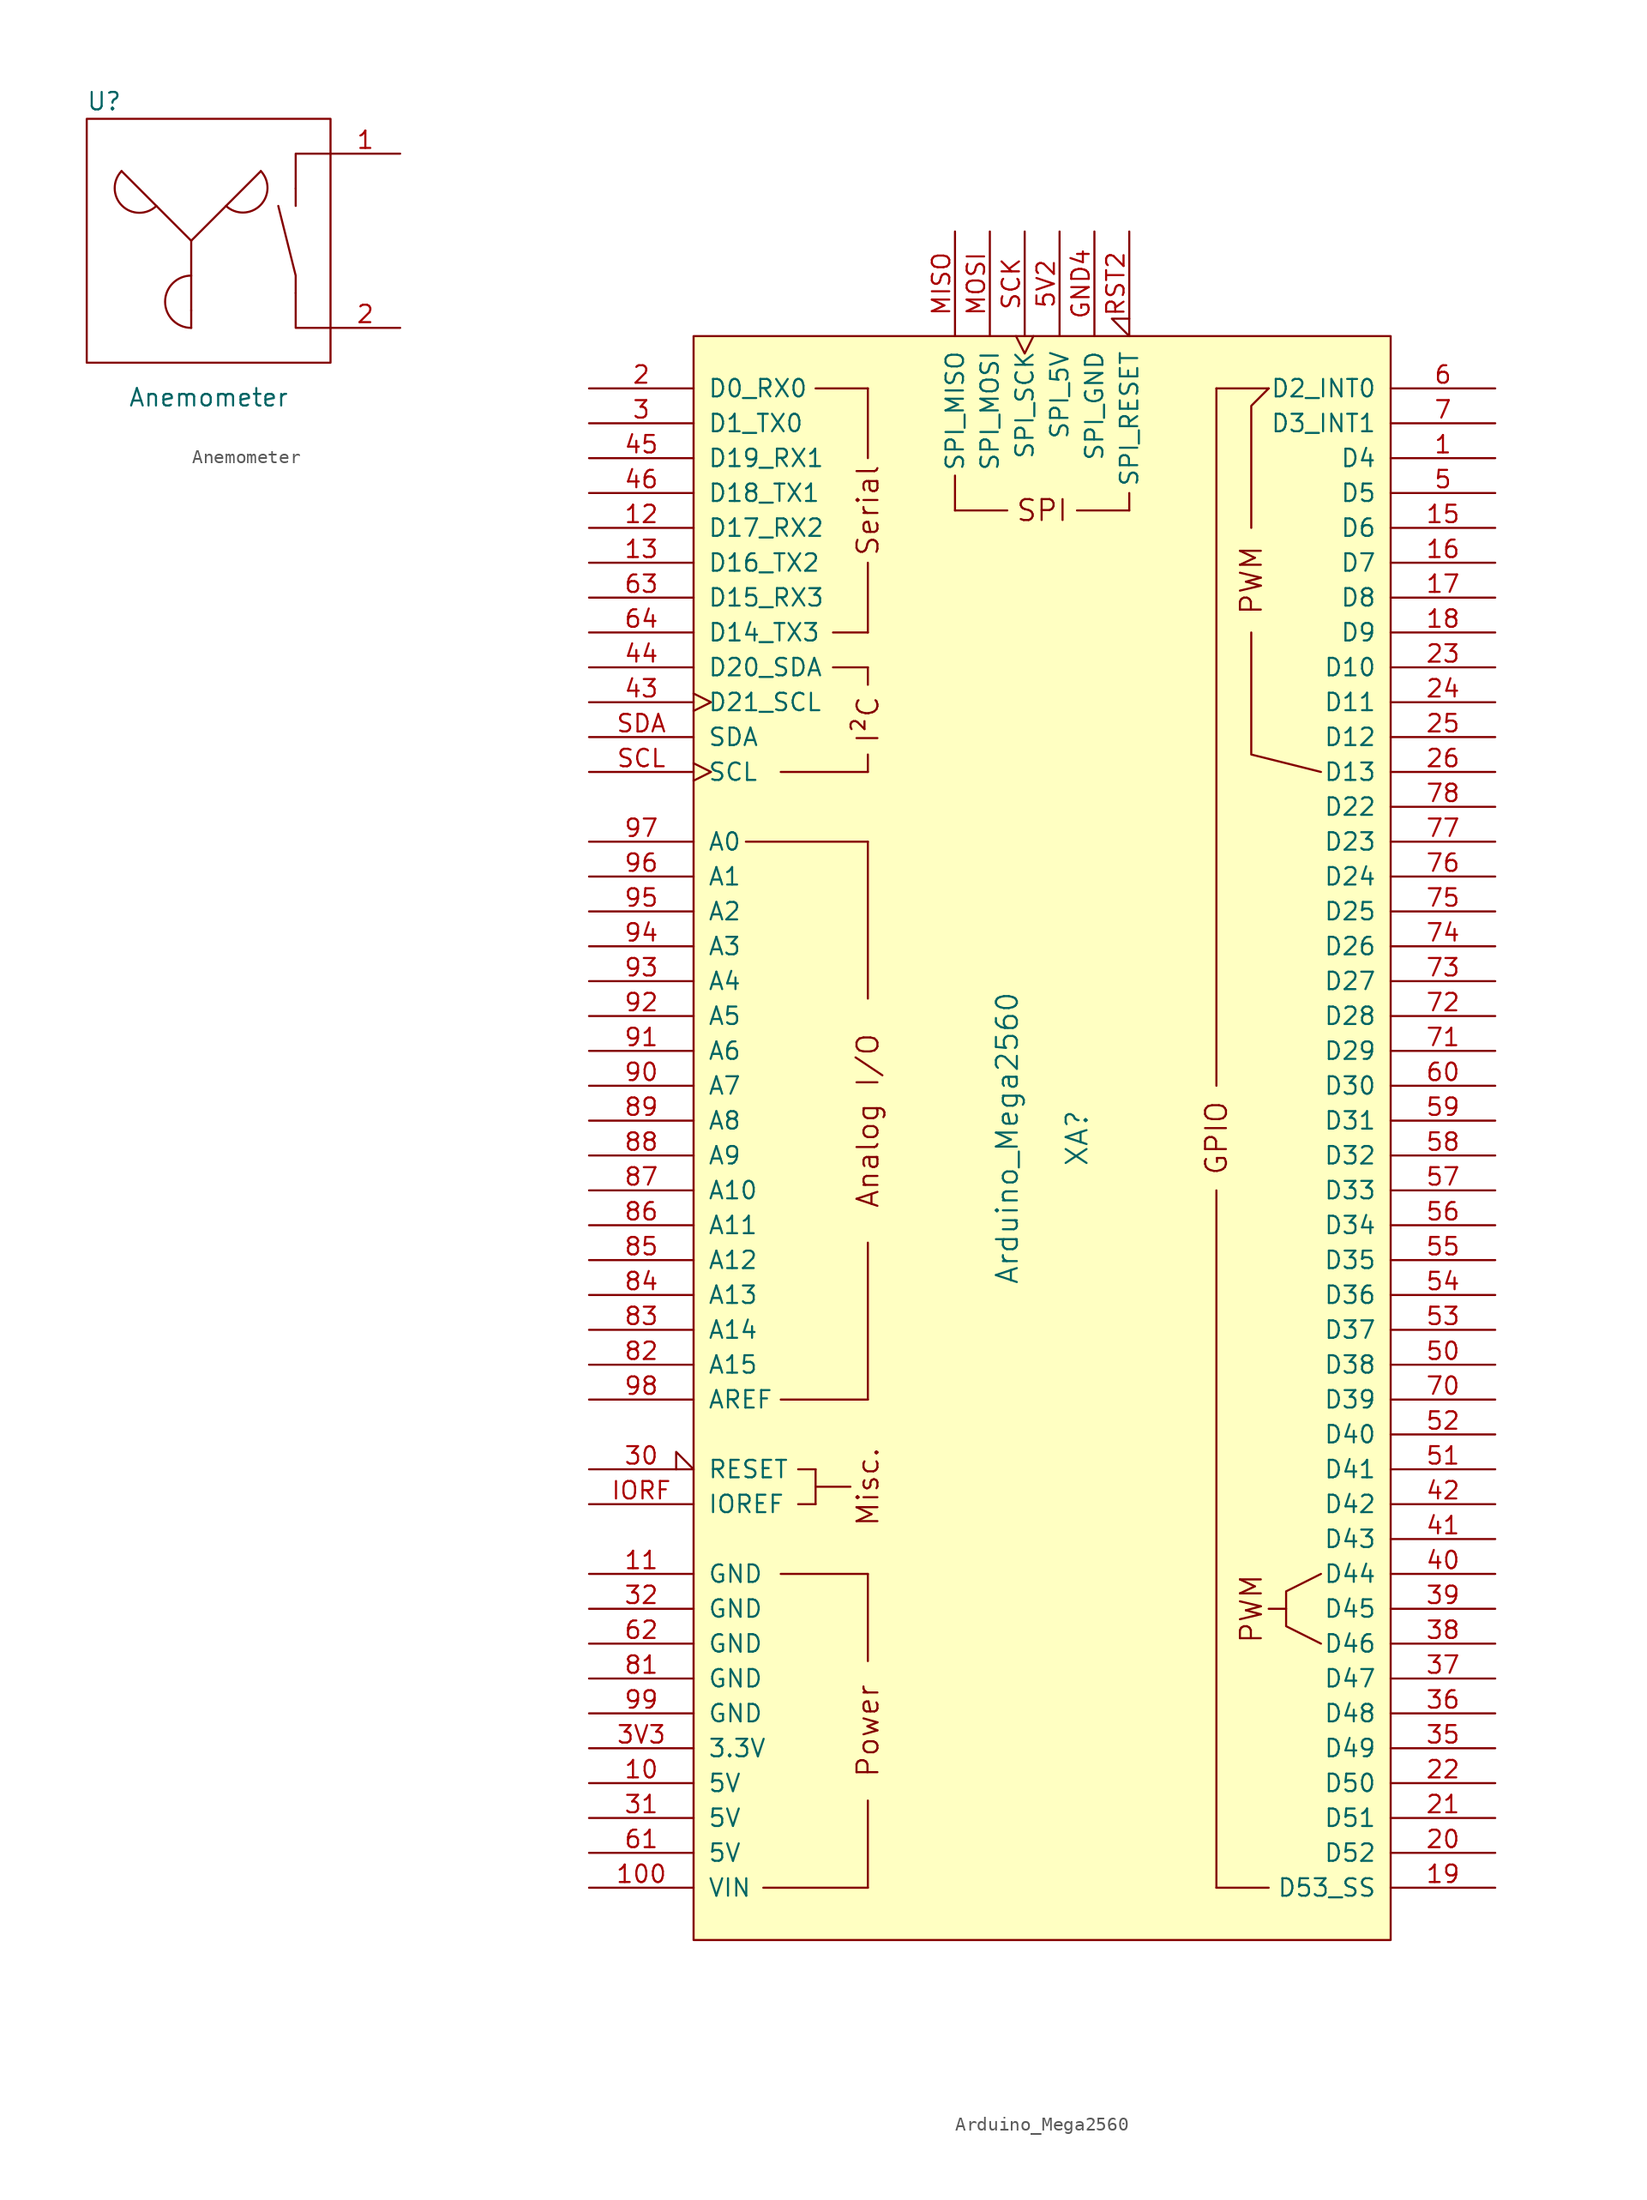
<source format=kicad_sym>
(kicad_symbol_lib
  (version 20231120)
  (generator "kicad_symbol_editor")
  (generator_version "8.0")
  (symbol "Anemometer"
    (pin_names
      (offset 1.016) hide)
    (property "Reference" "U"
      (at -6.35 10.16 0)
      (effects (font (size 1.27 1.27))))
    (property "Value" "Anemometer"
      (at 1.27 -11.43 0)
      (effects (font (size 1.27 1.27))))
    (symbol "Anemometer_0_1"
      (arc (start -5.08 5.08) (mid -5.0549 2.5651) (end -2.54 2.54) (stroke (width 0) (type default)) (fill (type none)))
      (arc (start 0 -2.54) (mid -1.8967 -4.445) (end 0 -6.35) (stroke (width 0) (type default)) (fill (type none)))
      (polyline (pts (xy 0 -5.08) (xy 0 -6.35)) (stroke (width 0) (type default)) (fill (type none)))
      (polyline (pts (xy 0 0) (xy -5.08 5.08)) (stroke (width 0) (type default)) (fill (type none)))
      (polyline (pts (xy 0 0) (xy 0 -5.08)) (stroke (width 0) (type default)) (fill (type none)))
      (polyline (pts (xy 0 0) (xy 5.08 5.08)) (stroke (width 0) (type default)) (fill (type none)))
      (polyline (pts (xy 7.62 2.54) (xy 7.62 3.81)) (stroke (width 0) (type default)) (fill (type none)))
      (polyline (pts (xy 7.62 -3.81) (xy 7.62 -2.54) (xy 6.35 2.54)) (stroke (width 0) (type default)) (fill (type none)))
      (polyline (pts (xy 10.16 -6.35) (xy 7.62 -6.35) (xy 7.62 -3.81)) (stroke (width 0) (type default)) (fill (type none)))
      (polyline (pts (xy 10.16 6.35) (xy 7.62 6.35) (xy 7.62 3.81)) (stroke (width 0) (type default)) (fill (type none)))
      (arc (start 2.54 2.54) (mid 4.9711 2.5185) (end 5.08 5.08) (stroke (width 0) (type default)) (fill (type none)))
      (rectangle (start 10.16 8.89) (end -7.62 -8.89) (stroke (width 0) (type default)) (fill (type none))))
    (symbol "Anemometer_1_1"
      (pin input line (at 15.24 6.35 180) (length 5.08) (name "Input" (effects (font (size 1.27 1.27)))) (number "1" (effects (font (size 1.27 1.27)))))
      (pin output line (at 15.24 -6.35 180) (length 5.08) (name "Output" (effects (font (size 1.27 1.27)))) (number "2" (effects (font (size 1.27 1.27)))))))
  (symbol "Arduino_Mega2560"
    (pin_names
      (offset 1.016))
    (property "Reference" "XA"
      (at 2.54 0 90)
      (effects (font (size 1.524 1.524))))
    (property "Value" "Arduino_Mega2560"
      (at -2.54 0 90)
      (effects (font (size 1.524 1.524))))
    (symbol "Arduino_Mega2560_0_0"
      (rectangle (start -25.4 -58.42) (end 25.4 58.42) (stroke (width 0) (type default)) (fill (type background)))
      (rectangle (start -20.32 -54.61) (end -12.7 -54.61) (stroke (width 0) (type default)) (fill (type none)))
      (rectangle (start -19.05 -31.75) (end -12.7 -31.75) (stroke (width 0) (type default)) (fill (type none)))
      (rectangle (start -19.05 -19.05) (end -12.7 -19.05) (stroke (width 0) (type default)) (fill (type none)))
      (rectangle (start -19.05 26.67) (end -12.7 26.67) (stroke (width 0) (type default)) (fill (type none)))
      (rectangle (start -17.78 -26.67) (end -16.51 -26.67) (stroke (width 0) (type default)) (fill (type none)))
      (rectangle (start -17.78 -24.13) (end -16.51 -24.13) (stroke (width 0) (type default)) (fill (type none)))
      (rectangle (start -16.51 -25.4) (end -13.97 -25.4) (stroke (width 0) (type default)) (fill (type none)))
      (rectangle (start -16.51 -24.13) (end -16.51 -26.67) (stroke (width 0) (type default)) (fill (type none)))
      (rectangle (start -16.51 54.61) (end -12.7 54.61) (stroke (width 0) (type default)) (fill (type none)))
      (rectangle (start -15.24 34.29) (end -12.7 34.29) (stroke (width 0) (type default)) (fill (type none)))
      (rectangle (start -15.24 36.83) (end -12.7 36.83) (stroke (width 0) (type default)) (fill (type none)))
      (rectangle (start -12.7 -54.61) (end -12.7 -48.26) (stroke (width 0) (type default)) (fill (type none)))
      (rectangle (start -12.7 -31.75) (end -12.7 -38.1) (stroke (width 0) (type default)) (fill (type none)))
      (rectangle (start -12.7 26.67) (end -12.7 27.94) (stroke (width 0) (type default)) (fill (type none)))
      (rectangle (start -12.7 34.29) (end -12.7 33.02) (stroke (width 0) (type default)) (fill (type none)))
      (rectangle (start -12.7 41.91) (end -12.7 36.83) (stroke (width 0) (type default)) (fill (type none)))
      (rectangle (start -12.7 49.53) (end -12.7 54.61) (stroke (width 0) (type default)) (fill (type none)))
      (rectangle (start -6.35 48.26) (end -6.35 45.72) (stroke (width 0) (type default)) (fill (type none)))
      (rectangle (start -2.54 45.72) (end -6.35 45.72) (stroke (width 0) (type default)) (fill (type none)))
      (polyline (pts (xy -21.59 21.59) (xy -12.7 21.59)) (stroke (width 0) (type default)) (fill (type none)))
      (polyline (pts (xy -12.7 -19.05) (xy -12.7 -7.62)) (stroke (width 0) (type default)) (fill (type none)))
      (polyline (pts (xy -12.7 10.16) (xy -12.7 21.59)) (stroke (width 0) (type default)) (fill (type none)))
      (polyline (pts (xy 12.7 -54.61) (xy 16.51 -54.61)) (stroke (width 0) (type default)) (fill (type none)))
      (polyline (pts (xy 12.7 54.61) (xy 16.51 54.61)) (stroke (width 0) (type default)) (fill (type none)))
      (polyline (pts (xy 17.78 -34.29) (xy 16.51 -34.29)) (stroke (width 0) (type default)) (fill (type none)))
      (polyline (pts (xy 15.24 36.83) (xy 15.24 27.94) (xy 20.32 26.67)) (stroke (width 0) (type default)) (fill (type none)))
      (polyline (pts (xy 15.24 44.45) (xy 15.24 53.34) (xy 16.51 54.61)) (stroke (width 0) (type default)) (fill (type none)))
      (polyline (pts (xy 20.32 -31.75) (xy 17.78 -33.02) (xy 17.78 -35.56) (xy 20.32 -36.83)) (stroke (width 0) (type default)) (fill (type none)))
      (rectangle (start 6.35 45.72) (end 2.54 45.72) (stroke (width 0) (type default)) (fill (type none)))
      (rectangle (start 6.35 46.99) (end 6.35 45.72) (stroke (width 0) (type default)) (fill (type none)))
      (text "Analog I/O" (at -12.7 1.27 900) (effects (font (size 1.524 1.524))))
      (text "I²C" (at -12.7 30.48 900) (effects (font (size 1.524 1.524))))
      (text "Misc." (at -12.7 -25.4 900) (effects (font (size 1.524 1.524))))
      (text "Power" (at -12.7 -43.18 900) (effects (font (size 1.524 1.524))))
      (text "PWM" (at 15.24 -34.29 900) (effects (font (size 1.524 1.524))))
      (text "PWM" (at 15.24 40.64 900) (effects (font (size 1.524 1.524))))
      (text "Serial" (at -12.7 45.72 900) (effects (font (size 1.524 1.524))))
      (text "SPI" (at 0 45.72 0) (effects (font (size 1.524 1.524)))))
    (symbol "Arduino_Mega2560_1_0"
      (rectangle (start 12.7 -54.61) (end 12.7 -3.81) (stroke (width 0) (type default)) (fill (type none)))
      (rectangle (start 12.7 54.61) (end 12.7 3.81) (stroke (width 0) (type default)) (fill (type none)))
      (text "GPIO" (at 12.7 0 900) (effects (font (size 1.524 1.524)))))
    (symbol "Arduino_Mega2560_1_1"
      (pin bidirectional line (at 33.02 49.53 180) (length 7.62) (name "D4" (effects (font (size 1.27 1.27)))) (number "1" (effects (font (size 1.27 1.27)))))
      (pin power_in line (at -33.02 -46.99 0) (length 7.62) (name "5V" (effects (font (size 1.27 1.27)))) (number "10" (effects (font (size 1.27 1.27)))))
      (pin power_in line (at -33.02 -54.61 0) (length 7.62) (name "VIN" (effects (font (size 1.27 1.27)))) (number "100" (effects (font (size 1.27 1.27)))))
      (pin power_in line (at -33.02 -31.75 0) (length 7.62) (name "GND" (effects (font (size 1.27 1.27)))) (number "11" (effects (font (size 1.27 1.27)))))
      (pin bidirectional line (at -33.02 44.45 0) (length 7.62) (name "D17_RX2" (effects (font (size 1.27 1.27)))) (number "12" (effects (font (size 1.27 1.27)))))
      (pin bidirectional line (at -33.02 41.91 0) (length 7.62) (name "D16_TX2" (effects (font (size 1.27 1.27)))) (number "13" (effects (font (size 1.27 1.27)))))
      (pin bidirectional line (at 33.02 44.45 180) (length 7.62) (name "D6" (effects (font (size 1.27 1.27)))) (number "15" (effects (font (size 1.27 1.27)))))
      (pin bidirectional line (at 33.02 41.91 180) (length 7.62) (name "D7" (effects (font (size 1.27 1.27)))) (number "16" (effects (font (size 1.27 1.27)))))
      (pin bidirectional line (at 33.02 39.37 180) (length 7.62) (name "D8" (effects (font (size 1.27 1.27)))) (number "17" (effects (font (size 1.27 1.27)))))
      (pin bidirectional line (at 33.02 36.83 180) (length 7.62) (name "D9" (effects (font (size 1.27 1.27)))) (number "18" (effects (font (size 1.27 1.27)))))
      (pin bidirectional line (at 33.02 -54.61 180) (length 7.62) (name "D53_SS" (effects (font (size 1.27 1.27)))) (number "19" (effects (font (size 1.27 1.27)))))
      (pin bidirectional line (at -33.02 54.61 0) (length 7.62) (name "D0_RX0" (effects (font (size 1.27 1.27)))) (number "2" (effects (font (size 1.27 1.27)))))
      (pin bidirectional line (at 33.02 -52.07 180) (length 7.62) (name "D52" (effects (font (size 1.27 1.27)))) (number "20" (effects (font (size 1.27 1.27)))))
      (pin bidirectional line (at 33.02 -49.53 180) (length 7.62) (name "D51" (effects (font (size 1.27 1.27)))) (number "21" (effects (font (size 1.27 1.27)))))
      (pin bidirectional line (at 33.02 -46.99 180) (length 7.62) (name "D50" (effects (font (size 1.27 1.27)))) (number "22" (effects (font (size 1.27 1.27)))))
      (pin bidirectional line (at 33.02 34.29 180) (length 7.62) (name "D10" (effects (font (size 1.27 1.27)))) (number "23" (effects (font (size 1.27 1.27)))))
      (pin bidirectional line (at 33.02 31.75 180) (length 7.62) (name "D11" (effects (font (size 1.27 1.27)))) (number "24" (effects (font (size 1.27 1.27)))))
      (pin bidirectional line (at 33.02 29.21 180) (length 7.62) (name "D12" (effects (font (size 1.27 1.27)))) (number "25" (effects (font (size 1.27 1.27)))))
      (pin bidirectional line (at 33.02 26.67 180) (length 7.62) (name "D13" (effects (font (size 1.27 1.27)))) (number "26" (effects (font (size 1.27 1.27)))))
      (pin bidirectional line (at -33.02 52.07 0) (length 7.62) (name "D1_TX0" (effects (font (size 1.27 1.27)))) (number "3" (effects (font (size 1.27 1.27)))))
      (pin open_collector input_low (at -33.02 -24.13 0) (length 7.62) (name "RESET" (effects (font (size 1.27 1.27)))) (number "30" (effects (font (size 1.27 1.27)))))
      (pin power_in line (at -33.02 -49.53 0) (length 7.62) (name "5V" (effects (font (size 1.27 1.27)))) (number "31" (effects (font (size 1.27 1.27)))))
      (pin power_in line (at -33.02 -34.29 0) (length 7.62) (name "GND" (effects (font (size 1.27 1.27)))) (number "32" (effects (font (size 1.27 1.27)))))
      (pin bidirectional line (at 33.02 -44.45 180) (length 7.62) (name "D49" (effects (font (size 1.27 1.27)))) (number "35" (effects (font (size 1.27 1.27)))))
      (pin bidirectional line (at 33.02 -41.91 180) (length 7.62) (name "D48" (effects (font (size 1.27 1.27)))) (number "36" (effects (font (size 1.27 1.27)))))
      (pin bidirectional line (at 33.02 -39.37 180) (length 7.62) (name "D47" (effects (font (size 1.27 1.27)))) (number "37" (effects (font (size 1.27 1.27)))))
      (pin bidirectional line (at 33.02 -36.83 180) (length 7.62) (name "D46" (effects (font (size 1.27 1.27)))) (number "38" (effects (font (size 1.27 1.27)))))
      (pin bidirectional line (at 33.02 -34.29 180) (length 7.62) (name "D45" (effects (font (size 1.27 1.27)))) (number "39" (effects (font (size 1.27 1.27)))))
      (pin power_in line (at -33.02 -44.45 0) (length 7.62) (name "3.3V" (effects (font (size 1.27 1.27)))) (number "3V3" (effects (font (size 1.27 1.27)))))
      (pin bidirectional line (at 33.02 -31.75 180) (length 7.62) (name "D44" (effects (font (size 1.27 1.27)))) (number "40" (effects (font (size 1.27 1.27)))))
      (pin bidirectional line (at 33.02 -29.21 180) (length 7.62) (name "D43" (effects (font (size 1.27 1.27)))) (number "41" (effects (font (size 1.27 1.27)))))
      (pin bidirectional line (at 33.02 -26.67 180) (length 7.62) (name "D42" (effects (font (size 1.27 1.27)))) (number "42" (effects (font (size 1.27 1.27)))))
      (pin bidirectional clock (at -33.02 31.75 0) (length 7.62) (name "D21_SCL" (effects (font (size 1.27 1.27)))) (number "43" (effects (font (size 1.27 1.27)))))
      (pin bidirectional line (at -33.02 34.29 0) (length 7.62) (name "D20_SDA" (effects (font (size 1.27 1.27)))) (number "44" (effects (font (size 1.27 1.27)))))
      (pin bidirectional line (at -33.02 49.53 0) (length 7.62) (name "D19_RX1" (effects (font (size 1.27 1.27)))) (number "45" (effects (font (size 1.27 1.27)))))
      (pin bidirectional line (at -33.02 46.99 0) (length 7.62) (name "D18_TX1" (effects (font (size 1.27 1.27)))) (number "46" (effects (font (size 1.27 1.27)))))
      (pin bidirectional line (at 33.02 46.99 180) (length 7.62) (name "D5" (effects (font (size 1.27 1.27)))) (number "5" (effects (font (size 1.27 1.27)))))
      (pin bidirectional line (at 33.02 -16.51 180) (length 7.62) (name "D38" (effects (font (size 1.27 1.27)))) (number "50" (effects (font (size 1.27 1.27)))))
      (pin bidirectional line (at 33.02 -24.13 180) (length 7.62) (name "D41" (effects (font (size 1.27 1.27)))) (number "51" (effects (font (size 1.27 1.27)))))
      (pin bidirectional line (at 33.02 -21.59 180) (length 7.62) (name "D40" (effects (font (size 1.27 1.27)))) (number "52" (effects (font (size 1.27 1.27)))))
      (pin bidirectional line (at 33.02 -13.97 180) (length 7.62) (name "D37" (effects (font (size 1.27 1.27)))) (number "53" (effects (font (size 1.27 1.27)))))
      (pin bidirectional line (at 33.02 -11.43 180) (length 7.62) (name "D36" (effects (font (size 1.27 1.27)))) (number "54" (effects (font (size 1.27 1.27)))))
      (pin bidirectional line (at 33.02 -8.89 180) (length 7.62) (name "D35" (effects (font (size 1.27 1.27)))) (number "55" (effects (font (size 1.27 1.27)))))
      (pin bidirectional line (at 33.02 -6.35 180) (length 7.62) (name "D34" (effects (font (size 1.27 1.27)))) (number "56" (effects (font (size 1.27 1.27)))))
      (pin bidirectional line (at 33.02 -3.81 180) (length 7.62) (name "D33" (effects (font (size 1.27 1.27)))) (number "57" (effects (font (size 1.27 1.27)))))
      (pin bidirectional line (at 33.02 -1.27 180) (length 7.62) (name "D32" (effects (font (size 1.27 1.27)))) (number "58" (effects (font (size 1.27 1.27)))))
      (pin bidirectional line (at 33.02 1.27 180) (length 7.62) (name "D31" (effects (font (size 1.27 1.27)))) (number "59" (effects (font (size 1.27 1.27)))))
      (pin power_in line (at 1.27 66.04 270) (length 7.62) (name "SPI_5V" (effects (font (size 1.27 1.27)))) (number "5V2" (effects (font (size 1.27 1.27)))))
      (pin bidirectional line (at 33.02 54.61 180) (length 7.62) (name "D2_INT0" (effects (font (size 1.27 1.27)))) (number "6" (effects (font (size 1.27 1.27)))))
      (pin bidirectional line (at 33.02 3.81 180) (length 7.62) (name "D30" (effects (font (size 1.27 1.27)))) (number "60" (effects (font (size 1.27 1.27)))))
      (pin power_in line (at -33.02 -52.07 0) (length 7.62) (name "5V" (effects (font (size 1.27 1.27)))) (number "61" (effects (font (size 1.27 1.27)))))
      (pin power_in line (at -33.02 -36.83 0) (length 7.62) (name "GND" (effects (font (size 1.27 1.27)))) (number "62" (effects (font (size 1.27 1.27)))))
      (pin bidirectional line (at -33.02 39.37 0) (length 7.62) (name "D15_RX3" (effects (font (size 1.27 1.27)))) (number "63" (effects (font (size 1.27 1.27)))))
      (pin bidirectional line (at -33.02 36.83 0) (length 7.62) (name "D14_TX3" (effects (font (size 1.27 1.27)))) (number "64" (effects (font (size 1.27 1.27)))))
      (pin bidirectional line (at 33.02 52.07 180) (length 7.62) (name "D3_INT1" (effects (font (size 1.27 1.27)))) (number "7" (effects (font (size 1.27 1.27)))))
      (pin bidirectional line (at 33.02 -19.05 180) (length 7.62) (name "D39" (effects (font (size 1.27 1.27)))) (number "70" (effects (font (size 1.27 1.27)))))
      (pin bidirectional line (at 33.02 6.35 180) (length 7.62) (name "D29" (effects (font (size 1.27 1.27)))) (number "71" (effects (font (size 1.27 1.27)))))
      (pin bidirectional line (at 33.02 8.89 180) (length 7.62) (name "D28" (effects (font (size 1.27 1.27)))) (number "72" (effects (font (size 1.27 1.27)))))
      (pin bidirectional line (at 33.02 11.43 180) (length 7.62) (name "D27" (effects (font (size 1.27 1.27)))) (number "73" (effects (font (size 1.27 1.27)))))
      (pin bidirectional line (at 33.02 13.97 180) (length 7.62) (name "D26" (effects (font (size 1.27 1.27)))) (number "74" (effects (font (size 1.27 1.27)))))
      (pin bidirectional line (at 33.02 16.51 180) (length 7.62) (name "D25" (effects (font (size 1.27 1.27)))) (number "75" (effects (font (size 1.27 1.27)))))
      (pin bidirectional line (at 33.02 19.05 180) (length 7.62) (name "D24" (effects (font (size 1.27 1.27)))) (number "76" (effects (font (size 1.27 1.27)))))
      (pin bidirectional line (at 33.02 21.59 180) (length 7.62) (name "D23" (effects (font (size 1.27 1.27)))) (number "77" (effects (font (size 1.27 1.27)))))
      (pin bidirectional line (at 33.02 24.13 180) (length 7.62) (name "D22" (effects (font (size 1.27 1.27)))) (number "78" (effects (font (size 1.27 1.27)))))
      (pin power_in line (at -33.02 -39.37 0) (length 7.62) (name "GND" (effects (font (size 1.27 1.27)))) (number "81" (effects (font (size 1.27 1.27)))))
      (pin bidirectional line (at -33.02 -16.51 0) (length 7.62) (name "A15" (effects (font (size 1.27 1.27)))) (number "82" (effects (font (size 1.27 1.27)))))
      (pin bidirectional line (at -33.02 -13.97 0) (length 7.62) (name "A14" (effects (font (size 1.27 1.27)))) (number "83" (effects (font (size 1.27 1.27)))))
      (pin bidirectional line (at -33.02 -11.43 0) (length 7.62) (name "A13" (effects (font (size 1.27 1.27)))) (number "84" (effects (font (size 1.27 1.27)))))
      (pin bidirectional line (at -33.02 -8.89 0) (length 7.62) (name "A12" (effects (font (size 1.27 1.27)))) (number "85" (effects (font (size 1.27 1.27)))))
      (pin bidirectional line (at -33.02 -6.35 0) (length 7.62) (name "A11" (effects (font (size 1.27 1.27)))) (number "86" (effects (font (size 1.27 1.27)))))
      (pin bidirectional line (at -33.02 -3.81 0) (length 7.62) (name "A10" (effects (font (size 1.27 1.27)))) (number "87" (effects (font (size 1.27 1.27)))))
      (pin bidirectional line (at -33.02 -1.27 0) (length 7.62) (name "A9" (effects (font (size 1.27 1.27)))) (number "88" (effects (font (size 1.27 1.27)))))
      (pin bidirectional line (at -33.02 1.27 0) (length 7.62) (name "A8" (effects (font (size 1.27 1.27)))) (number "89" (effects (font (size 1.27 1.27)))))
      (pin bidirectional line (at -33.02 3.81 0) (length 7.62) (name "A7" (effects (font (size 1.27 1.27)))) (number "90" (effects (font (size 1.27 1.27)))))
      (pin bidirectional line (at -33.02 6.35 0) (length 7.62) (name "A6" (effects (font (size 1.27 1.27)))) (number "91" (effects (font (size 1.27 1.27)))))
      (pin bidirectional line (at -33.02 8.89 0) (length 7.62) (name "A5" (effects (font (size 1.27 1.27)))) (number "92" (effects (font (size 1.27 1.27)))))
      (pin bidirectional line (at -33.02 11.43 0) (length 7.62) (name "A4" (effects (font (size 1.27 1.27)))) (number "93" (effects (font (size 1.27 1.27)))))
      (pin bidirectional line (at -33.02 13.97 0) (length 7.62) (name "A3" (effects (font (size 1.27 1.27)))) (number "94" (effects (font (size 1.27 1.27)))))
      (pin bidirectional line (at -33.02 16.51 0) (length 7.62) (name "A2" (effects (font (size 1.27 1.27)))) (number "95" (effects (font (size 1.27 1.27)))))
      (pin bidirectional line (at -33.02 19.05 0) (length 7.62) (name "A1" (effects (font (size 1.27 1.27)))) (number "96" (effects (font (size 1.27 1.27)))))
      (pin bidirectional line (at -33.02 21.59 0) (length 7.62) (name "A0" (effects (font (size 1.27 1.27)))) (number "97" (effects (font (size 1.27 1.27)))))
      (pin input line (at -33.02 -19.05 0) (length 7.62) (name "AREF" (effects (font (size 1.27 1.27)))) (number "98" (effects (font (size 1.27 1.27)))))
      (pin power_in line (at -33.02 -41.91 0) (length 7.62) (name "GND" (effects (font (size 1.27 1.27)))) (number "99" (effects (font (size 1.27 1.27)))))
      (pin power_in line (at 3.81 66.04 270) (length 7.62) (name "SPI_GND" (effects (font (size 1.27 1.27)))) (number "GND4" (effects (font (size 1.27 1.27)))))
      (pin output line (at -33.02 -26.67 0) (length 7.62) (name "IOREF" (effects (font (size 1.27 1.27)))) (number "IORF" (effects (font (size 1.27 1.27)))))
      (pin input line (at -6.35 66.04 270) (length 7.62) (name "SPI_MISO" (effects (font (size 1.27 1.27)))) (number "MISO" (effects (font (size 1.27 1.27)))))
      (pin output line (at -3.81 66.04 270) (length 7.62) (name "SPI_MOSI" (effects (font (size 1.27 1.27)))) (number "MOSI" (effects (font (size 1.27 1.27)))))
      (pin open_collector input_low (at 6.35 66.04 270) (length 7.62) (name "SPI_RESET" (effects (font (size 1.27 1.27)))) (number "RST2" (effects (font (size 1.27 1.27)))))
      (pin output clock (at -1.27 66.04 270) (length 7.62) (name "SPI_SCK" (effects (font (size 1.27 1.27)))) (number "SCK" (effects (font (size 1.27 1.27)))))
      (pin bidirectional clock (at -33.02 26.67 0) (length 7.62) (name "SCL" (effects (font (size 1.27 1.27)))) (number "SCL" (effects (font (size 1.27 1.27)))))
      (pin bidirectional line (at -33.02 29.21 0) (length 7.62) (name "SDA" (effects (font (size 1.27 1.27)))) (number "SDA" (effects (font (size 1.27 1.27))))))))
</source>
